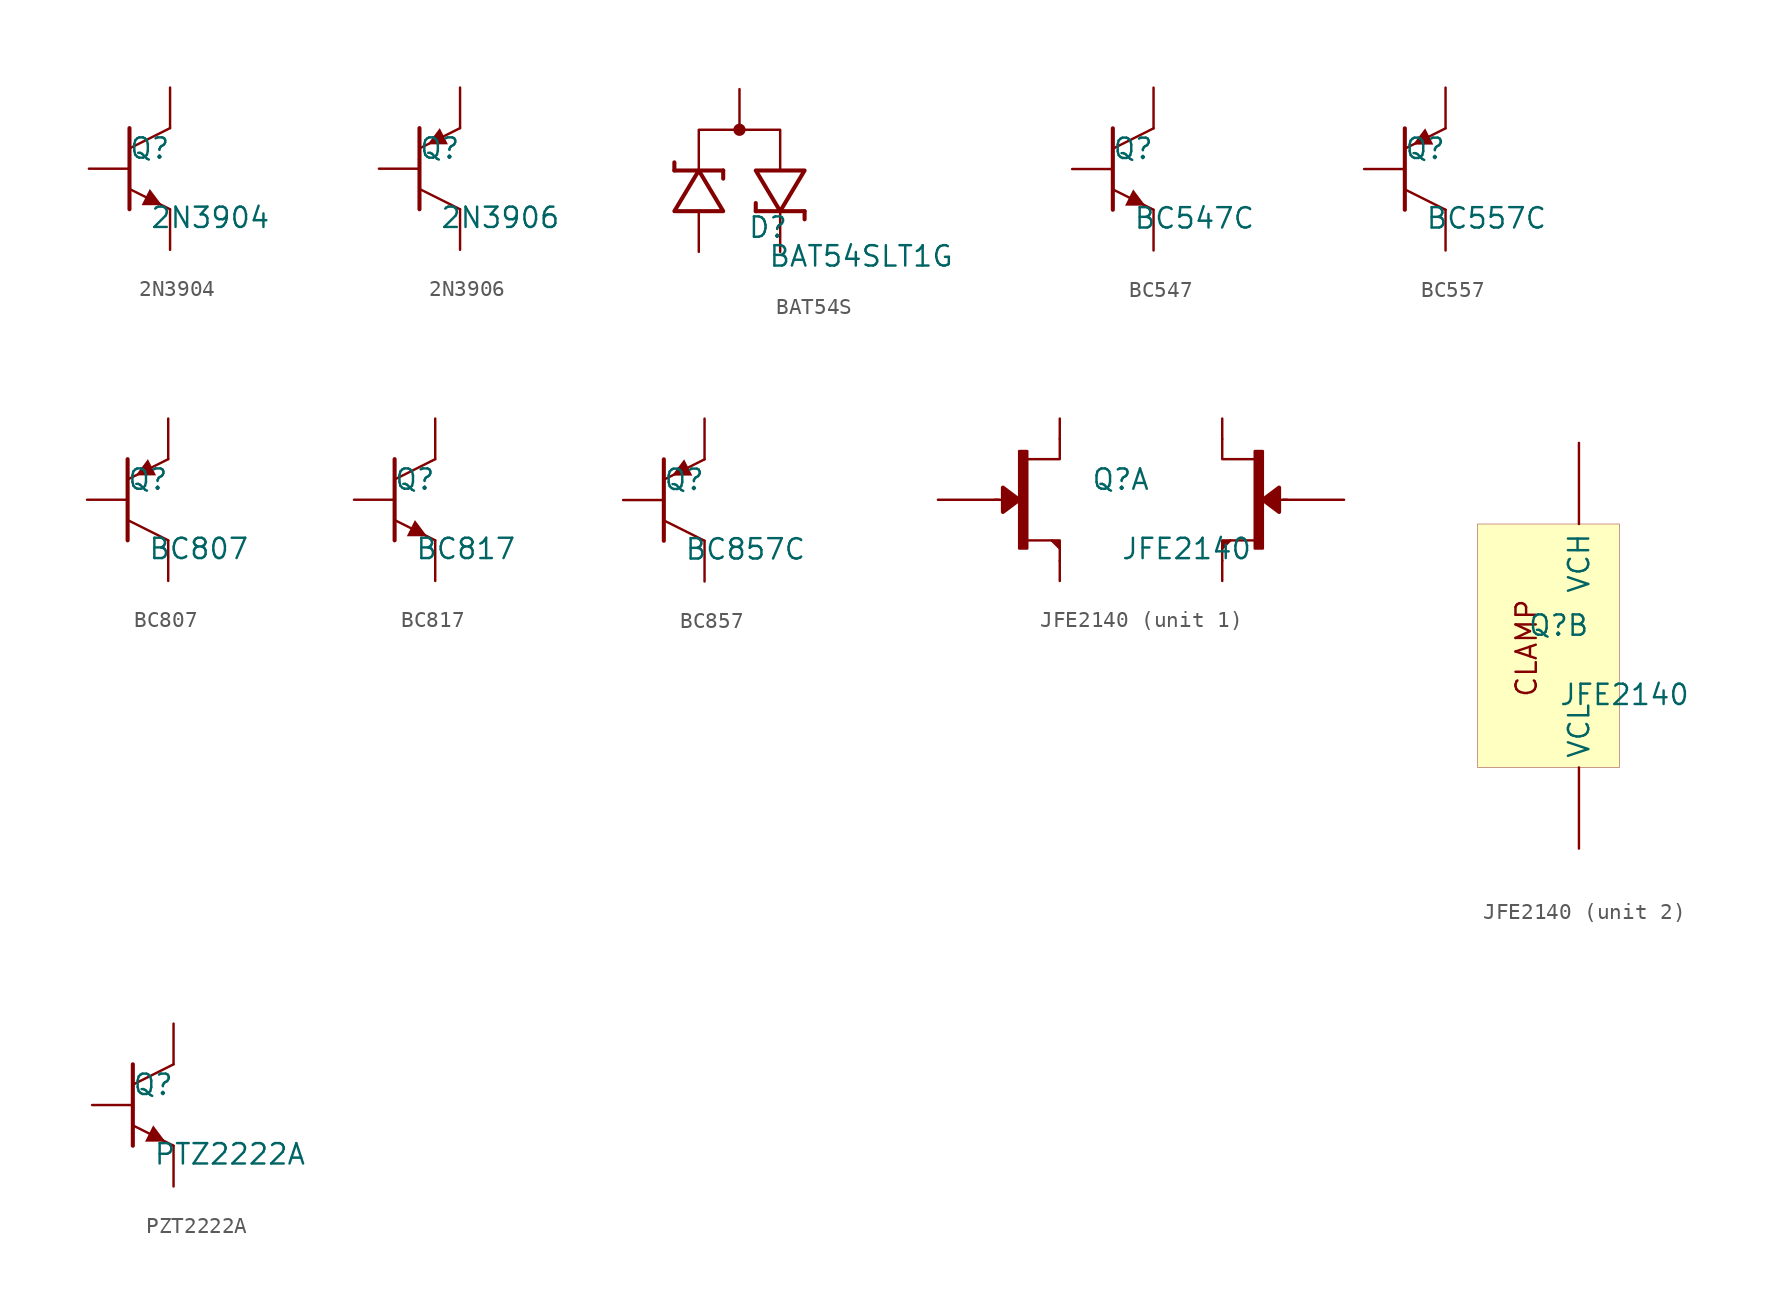
<source format=kicad_sym>
(kicad_symbol_lib
  (version 20231120)
  (generator "kicad_symbol_editor")
  (generator_version "8.0")
  (symbol "2N3904"
    (property "Reference" "Q"
      (at -1.27 1.27 0)
      (effects (font (size 1.27 1.27))))
    (property "Value" "2N3904"
      (at -1.27 -3.81 0)
      (effects (font (size 1.27 1.27)) (justify left bottom)))
    (symbol "2N3904_1_0"
      (polyline (pts (xy -2.54 2.54) (xy -2.54 -2.54)) (stroke (width 0.254) (type solid)) (fill (type none)))
      (polyline (pts (xy 0 -2.54) (xy -2.54 -1.27)) (stroke (width 0.152) (type solid)) (fill (type none)))
      (polyline (pts (xy 0 2.54) (xy -2.54 1.27)) (stroke (width 0.152) (type solid)) (fill (type none)))
      (polyline (pts (xy -0.508 -2.286) (xy -1.778 -2.286) (xy -1.27 -1.27) (xy -0.508 -2.286) (xy -0.508 -2.286)) (stroke (width -0.0001) (type solid)) (fill (type outline)))
      (pin passive line (at 0 -5.08 90) (length 2.54) (name "E" (effects (font (size 0 0)))) (number "1" (effects (font (size 0 0)))))
      (pin passive line (at -5.08 0 0) (length 2.54) (name "B" (effects (font (size 0 0)))) (number "2" (effects (font (size 0 0)))))
      (pin passive line (at 0 5.08 270) (length 2.54) (name "C" (effects (font (size 0 0)))) (number "3" (effects (font (size 0 0)))))))
  (symbol "2N3906"
    (property "Reference" "Q"
      (at -1.27 1.27 0)
      (effects (font (size 1.27 1.27))))
    (property "Value" "2N3906"
      (at -1.27 -3.81 0)
      (effects (font (size 1.27 1.27)) (justify left bottom)))
    (symbol "2N3906_1_0"
      (polyline (pts (xy -2.54 -1.27) (xy 0 -2.54)) (stroke (width 0.152) (type solid)) (fill (type none)))
      (polyline (pts (xy -2.54 2.54) (xy -2.54 -2.54)) (stroke (width 0.254) (type solid)) (fill (type none)))
      (polyline (pts (xy 0 2.54) (xy -2.54 1.27)) (stroke (width 0.152) (type solid)) (fill (type none)))
      (polyline (pts (xy -2.032 1.524) (xy -0.762 1.524) (xy -1.27 2.54) (xy -2.032 1.524) (xy -2.032 1.524)) (stroke (width -0.0001) (type solid)) (fill (type outline)))
      (pin passive line (at 0 5.08 270) (length 2.54) (name "E" (effects (font (size 0 0)))) (number "1" (effects (font (size 0 0)))))
      (pin passive line (at -5.08 0 0) (length 2.54) (name "B" (effects (font (size 0 0)))) (number "2" (effects (font (size 0 0)))))
      (pin passive line (at 0 -5.08 90) (length 2.54) (name "C" (effects (font (size 0 0)))) (number "3" (effects (font (size 0 0)))))))
  (symbol "BAT54S"
    (property "Reference" "D"
      (at 1.778 -1.016 0)
      (effects (font (size 1.27 1.27))))
    (property "Value" "BAT54SLT1G"
      (at 1.778 -3.556 0)
      (effects (font (size 1.27 1.27)) (justify left bottom)))
    (symbol "BAT54S_1_0"
      (polyline (pts (xy -4.064 2.54) (xy -4.064 3.048)) (stroke (width 0.254) (type solid)) (fill (type none)))
      (polyline (pts (xy -1.016 2.54) (xy -4.064 2.54)) (stroke (width 0.254) (type solid)) (fill (type none)))
      (polyline (pts (xy -1.016 2.54) (xy -1.016 2.032)) (stroke (width 0.254) (type solid)) (fill (type none)))
      (polyline (pts (xy 1.016 0) (xy 1.016 0.508)) (stroke (width 0.254) (type solid)) (fill (type none)))
      (polyline (pts (xy 1.016 0) (xy 4.064 0)) (stroke (width 0.254) (type solid)) (fill (type none)))
      (polyline (pts (xy 4.064 0) (xy 4.064 -0.508)) (stroke (width 0.254) (type solid)) (fill (type none)))
      (polyline (pts (xy -4.064 0) (xy -1.016 0) (xy -2.54 2.54) (xy -4.064 0)) (stroke (width 0.254) (type solid)) (fill (type none)))
      (polyline (pts (xy -2.54 2.54) (xy -2.54 5.08) (xy 2.54 5.08) (xy 2.54 2.54)) (stroke (width 0) (type solid)) (fill (type none)))
      (polyline (pts (xy 4.064 2.54) (xy 1.016 2.54) (xy 2.54 0) (xy 4.064 2.54)) (stroke (width 0.254) (type solid)) (fill (type none)))
      (circle (center 0 5.08) (radius 0.254) (stroke (width 0.254) (type solid)) (fill (type outline)))
      (pin passive line (at -2.54 -2.54 90) (length 2.54) (name "A" (effects (font (size 0 0)))) (number "1" (effects (font (size 0 0)))))
      (pin passive line (at 2.54 -2.54 90) (length 2.54) (name "K" (effects (font (size 0 0)))) (number "2" (effects (font (size 0 0)))))
      (pin passive line (at 0 7.62 270) (length 2.54) (name "A" (effects (font (size 0 0)))) (number "3" (effects (font (size 0 0)))))))
  (symbol "BC547"
    (property "Reference" "Q"
      (at -1.27 1.27 0)
      (effects (font (size 1.27 1.27))))
    (property "Value" "BC547C"
      (at -1.27 -3.81 0)
      (effects (font (size 1.27 1.27)) (justify left bottom)))
    (symbol "BC547_1_0"
      (polyline (pts (xy -2.54 2.54) (xy -2.54 -2.54)) (stroke (width 0.254) (type solid)) (fill (type none)))
      (polyline (pts (xy 0 -2.54) (xy -2.54 -1.27)) (stroke (width 0.152) (type solid)) (fill (type none)))
      (polyline (pts (xy 0 2.54) (xy -2.54 1.27)) (stroke (width 0.152) (type solid)) (fill (type none)))
      (polyline (pts (xy -0.508 -2.286) (xy -1.778 -2.286) (xy -1.27 -1.27) (xy -0.508 -2.286) (xy -0.508 -2.286)) (stroke (width -0.0001) (type solid)) (fill (type outline)))
      (pin passive line (at 0 5.08 270) (length 2.54) (name "C" (effects (font (size 0 0)))) (number "1" (effects (font (size 0 0)))))
      (pin passive line (at -5.08 0 0) (length 2.54) (name "B" (effects (font (size 0 0)))) (number "2" (effects (font (size 0 0)))))
      (pin passive line (at 0 -5.08 90) (length 2.54) (name "E" (effects (font (size 0 0)))) (number "3" (effects (font (size 0 0)))))))
  (symbol "BC557"
    (property "Reference" "Q"
      (at -1.27 1.27 0)
      (effects (font (size 1.27 1.27))))
    (property "Value" "BC557C"
      (at -1.27 -3.81 0)
      (effects (font (size 1.27 1.27)) (justify left bottom)))
    (symbol "BC557_1_0"
      (polyline (pts (xy -2.54 -1.27) (xy 0 -2.54)) (stroke (width 0.152) (type solid)) (fill (type none)))
      (polyline (pts (xy -2.54 2.54) (xy -2.54 -2.54)) (stroke (width 0.254) (type solid)) (fill (type none)))
      (polyline (pts (xy 0 2.54) (xy -2.54 1.27)) (stroke (width 0.152) (type solid)) (fill (type none)))
      (polyline (pts (xy -2.032 1.524) (xy -0.762 1.524) (xy -1.27 2.54) (xy -2.032 1.524) (xy -2.032 1.524)) (stroke (width -0.0001) (type solid)) (fill (type outline)))
      (pin passive line (at 0 -5.08 90) (length 2.54) (name "C" (effects (font (size 0 0)))) (number "1" (effects (font (size 0 0)))))
      (pin passive line (at -5.08 0 0) (length 2.54) (name "B" (effects (font (size 0 0)))) (number "2" (effects (font (size 0 0)))))
      (pin passive line (at 0 5.08 270) (length 2.54) (name "E" (effects (font (size 0 0)))) (number "3" (effects (font (size 0 0)))))))
  (symbol "BC807"
    (property "Reference" "Q"
      (at -1.27 1.27 0)
      (effects (font (size 1.27 1.27))))
    (property "Value" "BC807"
      (at -1.27 -3.81 0)
      (effects (font (size 1.27 1.27)) (justify left bottom)))
    (symbol "BC807_1_0"
      (polyline (pts (xy -2.54 -2.54) (xy -2.54 2.54)) (stroke (width 0.254) (type solid)) (fill (type none)))
      (polyline (pts (xy 0 -2.54) (xy -2.54 -1.27)) (stroke (width 0.152) (type solid)) (fill (type none)))
      (polyline (pts (xy 0 2.54) (xy -2.54 1.27)) (stroke (width 0.152) (type solid)) (fill (type none)))
      (polyline (pts (xy -2.032 1.524) (xy -0.762 1.524) (xy -1.27 2.54) (xy -2.032 1.524) (xy -2.032 1.524)) (stroke (width -0.0001) (type solid)) (fill (type outline)))
      (pin passive line (at -5.08 0 0) (length 2.54) (name "B" (effects (font (size 0 0)))) (number "1" (effects (font (size 0 0)))))
      (pin passive line (at 0 5.08 270) (length 2.54) (name "E" (effects (font (size 0 0)))) (number "2" (effects (font (size 0 0)))))
      (pin passive line (at 0 -5.08 90) (length 2.54) (name "C" (effects (font (size 0 0)))) (number "3" (effects (font (size 0 0)))))))
  (symbol "BC817"
    (property "Reference" "Q"
      (at -1.27 1.27 0)
      (effects (font (size 1.27 1.27))))
    (property "Value" "BC817"
      (at -1.27 -3.81 0)
      (effects (font (size 1.27 1.27)) (justify left bottom)))
    (symbol "BC817_1_0"
      (polyline (pts (xy -2.54 2.54) (xy -2.54 -2.54)) (stroke (width 0.254) (type solid)) (fill (type none)))
      (polyline (pts (xy 0 -2.54) (xy -2.54 -1.27)) (stroke (width 0.152) (type solid)) (fill (type none)))
      (polyline (pts (xy 0 2.54) (xy -2.54 1.27)) (stroke (width 0.152) (type solid)) (fill (type none)))
      (polyline (pts (xy -0.508 -2.286) (xy -1.778 -2.286) (xy -1.27 -1.27) (xy -0.508 -2.286) (xy -0.508 -2.286)) (stroke (width -0.0001) (type solid)) (fill (type outline)))
      (pin passive line (at -5.08 0 0) (length 2.54) (name "B" (effects (font (size 0 0)))) (number "1" (effects (font (size 0 0)))))
      (pin passive line (at 0 -5.08 90) (length 2.54) (name "E" (effects (font (size 0 0)))) (number "2" (effects (font (size 0 0)))))
      (pin passive line (at 0 5.08 270) (length 2.54) (name "C" (effects (font (size 0 0)))) (number "3" (effects (font (size 0 0)))))))
  (symbol "BC857"
    (property "Reference" "Q"
      (at -1.27 1.27 0)
      (effects (font (size 1.27 1.27))))
    (property "Value" "BC857C"
      (at -1.27 -3.81 0)
      (effects (font (size 1.27 1.27)) (justify left bottom)))
    (symbol "BC857_1_0"
      (polyline (pts (xy -2.54 -2.54) (xy -2.54 2.54)) (stroke (width 0.254) (type solid)) (fill (type none)))
      (polyline (pts (xy 0 -2.54) (xy -2.54 -1.27)) (stroke (width 0.152) (type solid)) (fill (type none)))
      (polyline (pts (xy 0 2.54) (xy -2.54 1.27)) (stroke (width 0.152) (type solid)) (fill (type none)))
      (polyline (pts (xy -2.032 1.524) (xy -0.762 1.524) (xy -1.27 2.54) (xy -2.032 1.524) (xy -2.032 1.524)) (stroke (width -0.0001) (type solid)) (fill (type outline)))
      (pin passive line (at -5.08 0 0) (length 2.54) (name "B" (effects (font (size 0 0)))) (number "1" (effects (font (size 0 0)))))
      (pin passive line (at 0 5.08 270) (length 2.54) (name "E" (effects (font (size 0 0)))) (number "2" (effects (font (size 0 0)))))
      (pin passive line (at 0 -5.08 90) (length 2.54) (name "C" (effects (font (size 0 0)))) (number "3" (effects (font (size 0 0)))))))
  (symbol "JFE2140"
    (property "Reference" "Q"
      (at -1.27 1.27 0)
      (effects (font (size 1.27 1.27))))
    (property "Value" "JFE2140"
      (at -1.27 -3.81 0)
      (effects (font (size 1.27 1.27)) (justify left bottom)))
    (symbol "JFE2140_1_0"
      (rectangle (start -7.112 3.048) (end -7.62 -3.048) (stroke (width -0.0001) (type solid)) (fill (type outline)))
      (polyline (pts (xy -7.62 0) (xy -9.144 0)) (stroke (width 0.152) (type solid)) (fill (type none)))
      (polyline (pts (xy -5.588 -2.54) (xy -5.08 -3.048)) (stroke (width 0.152) (type solid)) (fill (type none)))
      (polyline (pts (xy 5.588 -2.54) (xy 5.08 -3.048)) (stroke (width 0.152) (type solid)) (fill (type none)))
      (polyline (pts (xy 7.62 0) (xy 9.144 0)) (stroke (width 0.152) (type solid)) (fill (type none)))
      (polyline (pts (xy -7.62 0) (xy -8.636 -0.762) (xy -8.636 0.762) (xy -7.62 0)) (stroke (width -0.0001) (type solid)) (fill (type outline)))
      (polyline (pts (xy -7.62 0) (xy -8.636 -0.762) (xy -8.636 0.762) (xy -7.62 0)) (stroke (width 0.254) (type solid)) (fill (type none)))
      (polyline (pts (xy -5.08 -2.54) (xy -5.08 -3.048) (xy -5.588 -2.54) (xy -5.08 -2.54)) (stroke (width -0.0001) (type solid)) (fill (type outline)))
      (polyline (pts (xy 5.08 -2.54) (xy 5.08 -3.048) (xy 5.588 -2.54) (xy 5.08 -2.54)) (stroke (width -0.0001) (type solid)) (fill (type outline)))
      (polyline (pts (xy 7.62 0) (xy 8.636 -0.762) (xy 8.636 0.762) (xy 7.62 0)) (stroke (width -0.0001) (type solid)) (fill (type outline)))
      (polyline (pts (xy 7.62 0) (xy 8.636 -0.762) (xy 8.636 0.762) (xy 7.62 0)) (stroke (width 0.254) (type solid)) (fill (type none)))
      (polyline (pts (xy -7.62 2.54) (xy -7.62 3.048) (xy -7.112 3.048) (xy -7.112 -3.048) (xy -7.62 -3.048) (xy -7.62 -2.54)) (stroke (width 0.152) (type solid)) (fill (type none)))
      (polyline (pts (xy -5.08 -3.81) (xy -5.08 -2.54) (xy -7.62 -2.54) (xy -7.62 2.54) (xy -5.08 2.54) (xy -5.08 3.81)) (stroke (width 0.152) (type solid)) (fill (type none)))
      (polyline (pts (xy 5.08 -3.81) (xy 5.08 -2.54) (xy 7.62 -2.54) (xy 7.62 2.54) (xy 5.08 2.54) (xy 5.08 3.81)) (stroke (width 0.152) (type solid)) (fill (type none)))
      (polyline (pts (xy 7.62 2.54) (xy 7.62 3.048) (xy 7.112 3.048) (xy 7.112 -3.048) (xy 7.62 -3.048) (xy 7.62 -2.54)) (stroke (width 0.152) (type solid)) (fill (type none)))
      (rectangle (start 7.62 3.048) (end 7.112 -3.048) (stroke (width -0.0001) (type solid)) (fill (type outline)))
      (pin passive line (at -5.08 -5.08 90) (length 1.27) (name "S1" (effects (font (size 0 0)))) (number "1" (effects (font (size 0 0)))))
      (pin passive line (at -5.08 5.08 270) (length 1.27) (name "D1" (effects (font (size 0 0)))) (number "2" (effects (font (size 0 0)))))
      (pin passive line (at -12.7 0 0) (length 3.81) (name "G1" (effects (font (size 0 0)))) (number "4" (effects (font (size 0 0)))))
      (pin passive line (at 5.08 -5.08 90) (length 1.27) (name "S2" (effects (font (size 0 0)))) (number "5" (effects (font (size 0 0)))))
      (pin passive line (at 5.08 5.08 270) (length 1.27) (name "D2" (effects (font (size 0 0)))) (number "6" (effects (font (size 0 0)))))
      (pin passive line (at 12.7 0 180) (length 3.81) (name "G2" (effects (font (size 0 0)))) (number "8" (effects (font (size 0 0))))))
    (symbol "JFE2140_2_0"
      (rectangle (start 2.54 7.62) (end -6.35 -7.62) (stroke (width 0.025) (type solid) (color 128 0 0 1)) (fill (type background)))
      (text "CLAMP" (at -2.54 -3.302 900) (effects (font (size 1.27 1.27)) (justify left bottom)))
      (pin passive line (at 0 12.7 270) (length 5.08) (name "VCH" (effects (font (size 1.27 1.27)))) (number "2" (effects (font (size 0 0)))))
      (pin passive line (at 0 -12.7 90) (length 5.08) (name "VCL" (effects (font (size 1.27 1.27)))) (number "2" (effects (font (size 0 0)))))))
  (symbol "PZT2222A"
    (property "Reference" "Q"
      (at -1.27 1.27 0)
      (effects (font (size 1.27 1.27))))
    (property "Value" "PTZ2222A"
      (at -1.27 -3.81 0)
      (effects (font (size 1.27 1.27)) (justify left bottom)))
    (symbol "PZT2222A_1_0"
      (polyline (pts (xy -2.54 2.54) (xy -2.54 -2.54)) (stroke (width 0.254) (type solid)) (fill (type none)))
      (polyline (pts (xy 0 -2.54) (xy -2.54 -1.27)) (stroke (width 0.152) (type solid)) (fill (type none)))
      (polyline (pts (xy 0 2.54) (xy -2.54 1.27)) (stroke (width 0.152) (type solid)) (fill (type none)))
      (polyline (pts (xy -0.508 -2.286) (xy -1.778 -2.286) (xy -1.27 -1.27) (xy -0.508 -2.286) (xy -0.508 -2.286)) (stroke (width -0.0001) (type solid)) (fill (type outline)))
      (pin passive line (at -5.08 0 0) (length 2.54) (name "B" (effects (font (size 0 0)))) (number "1" (effects (font (size 0 0)))))
      (pin passive line (at 0 5.08 270) (length 2.54) (name "C" (effects (font (size 0 0)))) (number "2" (effects (font (size 0 0)))))
      (pin passive line (at 0 -5.08 90) (length 2.54) (name "E" (effects (font (size 0 0)))) (number "3" (effects (font (size 0 0))))))))
</source>
